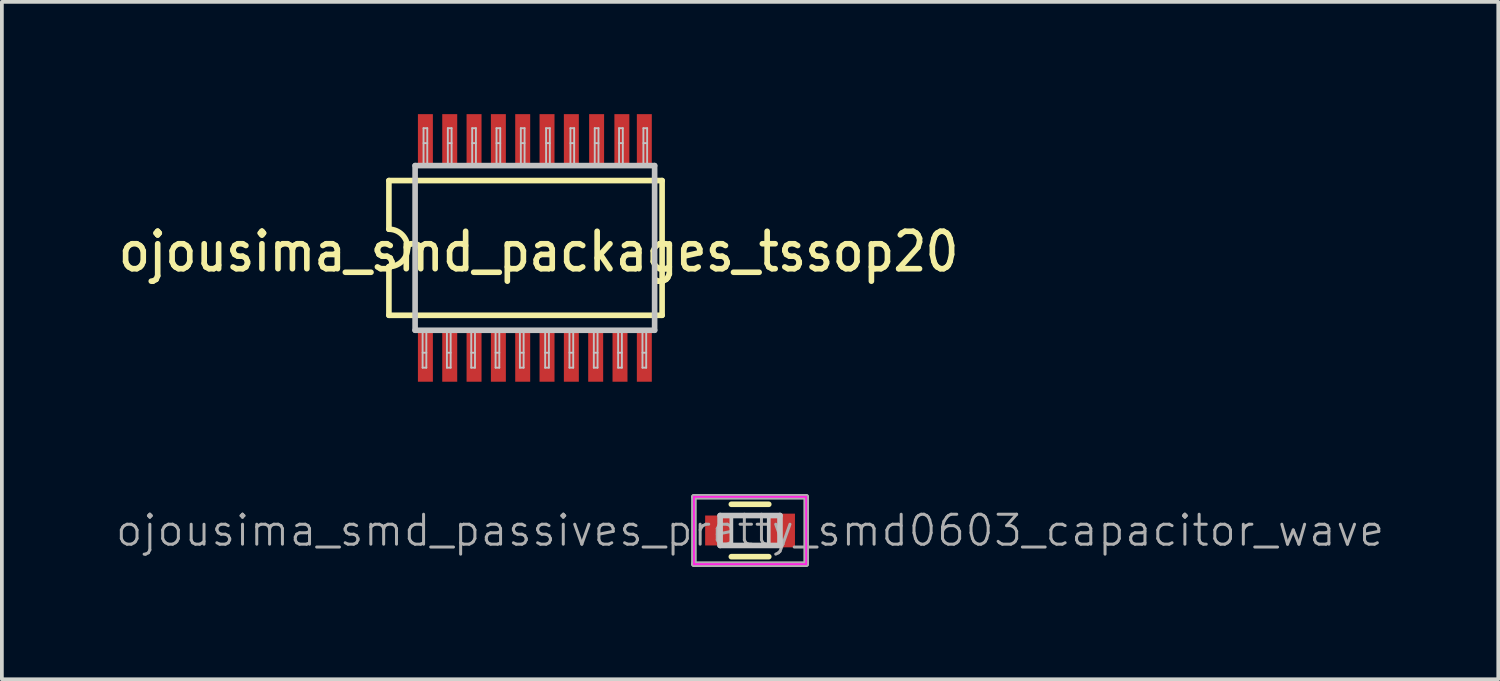
<source format=kicad_pcb>
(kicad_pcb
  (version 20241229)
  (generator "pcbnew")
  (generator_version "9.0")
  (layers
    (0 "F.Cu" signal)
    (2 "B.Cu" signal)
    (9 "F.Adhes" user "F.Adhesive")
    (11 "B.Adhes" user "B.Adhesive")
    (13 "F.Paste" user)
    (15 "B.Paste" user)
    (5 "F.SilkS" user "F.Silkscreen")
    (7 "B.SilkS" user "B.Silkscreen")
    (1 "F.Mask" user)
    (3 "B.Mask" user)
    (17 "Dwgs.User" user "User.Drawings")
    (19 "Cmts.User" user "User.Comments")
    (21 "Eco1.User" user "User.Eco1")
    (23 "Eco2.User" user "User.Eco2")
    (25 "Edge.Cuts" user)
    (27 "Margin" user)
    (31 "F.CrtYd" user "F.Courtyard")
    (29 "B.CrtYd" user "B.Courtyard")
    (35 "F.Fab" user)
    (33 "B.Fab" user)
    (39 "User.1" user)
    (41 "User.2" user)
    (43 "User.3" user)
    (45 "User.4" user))
  (footprint "ojousima_smd_packages_tssop20"
    (layer "F.Cu")
    (at 11.242 3.575)
    (property "Reference" "ojousima_smd_packages_tssop20" (at 0.1 0.1 0) (layer "F.SilkS") (effects (font (size 1 0.9) (thickness 0.15))))
    (attr through_hole)
    (fp_line (start -3.9 -1.8) (end -3.9 -0.5) (stroke (width 0.15) (type solid)) (layer "F.SilkS"))
    (fp_line (start -3.9 0.5) (end -3.9 1.8) (stroke (width 0.15) (type solid)) (layer "F.SilkS"))
    (fp_line (start -3.9 1.8) (end 3.4 1.8) (stroke (width 0.15) (type solid)) (layer "F.SilkS"))
    (fp_line (start 3.4 -1.8) (end -3.9 -1.8) (stroke (width 0.15) (type solid)) (layer "F.SilkS"))
    (fp_line (start 3.4 1.8) (end 3.4 -1.8) (stroke (width 0.15) (type solid)) (layer "F.SilkS"))
    (fp_arc (start -3.9 -0.5) (mid -3.546447 -0.353553) (end -3.4 0) (stroke (width 0.15) (type solid)) (layer "F.SilkS"))
    (fp_arc (start -3.4 0) (mid -3.546447 0.353553) (end -3.9 0.5) (stroke (width 0.15) (type solid)) (layer "F.SilkS"))
    (fp_line (start -3.2 -2.2) (end 3.2 -2.2) (stroke (width 0.15) (type solid)) (layer "Dwgs.User"))
    (fp_line (start -3.2 2.2) (end -3.2 -2.2) (stroke (width 0.15) (type solid)) (layer "Dwgs.User"))
    (fp_line (start -3 2.2) (end -3 3.2) (stroke (width 0.05) (type solid)) (layer "Dwgs.User"))
    (fp_line (start -3 3.2) (end -2.9 3.2) (stroke (width 0.05) (type solid)) (layer "Dwgs.User"))
    (fp_line (start -2.975 -3.2) (end -2.975 -2.2) (stroke (width 0.05) (type solid)) (layer "Dwgs.User"))
    (fp_line (start -2.975 -2.8) (end -2.875 -2.8) (stroke (width 0.05) (type solid)) (layer "Dwgs.User"))
    (fp_line (start -2.9 2.8) (end -3 2.8) (stroke (width 0.05) (type solid)) (layer "Dwgs.User"))
    (fp_line (start -2.9 3.2) (end -2.9 2.2) (stroke (width 0.05) (type solid)) (layer "Dwgs.User"))
    (fp_line (start -2.875 -3.2) (end -2.975 -3.2) (stroke (width 0.05) (type solid)) (layer "Dwgs.User"))
    (fp_line (start -2.875 -2.2) (end -2.875 -3.2) (stroke (width 0.05) (type solid)) (layer "Dwgs.User"))
    (fp_line (start -2.35 2.2) (end -2.35 3.2) (stroke (width 0.05) (type solid)) (layer "Dwgs.User"))
    (fp_line (start -2.35 3.2) (end -2.25 3.2) (stroke (width 0.05) (type solid)) (layer "Dwgs.User"))
    (fp_line (start -2.325 -3.2) (end -2.325 -2.2) (stroke (width 0.05) (type solid)) (layer "Dwgs.User"))
    (fp_line (start -2.325 -2.8) (end -2.225 -2.8) (stroke (width 0.05) (type solid)) (layer "Dwgs.User"))
    (fp_line (start -2.25 2.8) (end -2.35 2.8) (stroke (width 0.05) (type solid)) (layer "Dwgs.User"))
    (fp_line (start -2.25 3.2) (end -2.25 2.2) (stroke (width 0.05) (type solid)) (layer "Dwgs.User"))
    (fp_line (start -2.225 -3.2) (end -2.325 -3.2) (stroke (width 0.05) (type solid)) (layer "Dwgs.User"))
    (fp_line (start -2.225 -2.2) (end -2.225 -3.2) (stroke (width 0.05) (type solid)) (layer "Dwgs.User"))
    (fp_line (start -1.7 2.2) (end -1.7 3.2) (stroke (width 0.05) (type solid)) (layer "Dwgs.User"))
    (fp_line (start -1.7 3.2) (end -1.6 3.2) (stroke (width 0.05) (type solid)) (layer "Dwgs.User"))
    (fp_line (start -1.675 -3.2) (end -1.675 -2.2) (stroke (width 0.05) (type solid)) (layer "Dwgs.User"))
    (fp_line (start -1.675 -2.8) (end -1.575 -2.8) (stroke (width 0.05) (type solid)) (layer "Dwgs.User"))
    (fp_line (start -1.6 2.8) (end -1.7 2.8) (stroke (width 0.05) (type solid)) (layer "Dwgs.User"))
    (fp_line (start -1.6 3.2) (end -1.6 2.2) (stroke (width 0.05) (type solid)) (layer "Dwgs.User"))
    (fp_line (start -1.575 -3.2) (end -1.675 -3.2) (stroke (width 0.05) (type solid)) (layer "Dwgs.User"))
    (fp_line (start -1.575 -2.2) (end -1.575 -3.2) (stroke (width 0.05) (type solid)) (layer "Dwgs.User"))
    (fp_line (start -1.05 2.2) (end -1.05 3.2) (stroke (width 0.05) (type solid)) (layer "Dwgs.User"))
    (fp_line (start -1.05 3.2) (end -0.95 3.2) (stroke (width 0.05) (type solid)) (layer "Dwgs.User"))
    (fp_line (start -1.025 -3.2) (end -1.025 -2.2) (stroke (width 0.05) (type solid)) (layer "Dwgs.User"))
    (fp_line (start -1.025 -2.8) (end -0.925 -2.8) (stroke (width 0.05) (type solid)) (layer "Dwgs.User"))
    (fp_line (start -0.95 2.8) (end -1.05 2.8) (stroke (width 0.05) (type solid)) (layer "Dwgs.User"))
    (fp_line (start -0.95 3.2) (end -0.95 2.2) (stroke (width 0.05) (type solid)) (layer "Dwgs.User"))
    (fp_line (start -0.925 -3.2) (end -1.025 -3.2) (stroke (width 0.05) (type solid)) (layer "Dwgs.User"))
    (fp_line (start -0.925 -2.2) (end -0.925 -3.2) (stroke (width 0.05) (type solid)) (layer "Dwgs.User"))
    (fp_line (start -0.4 2.2) (end -0.4 3.2) (stroke (width 0.05) (type solid)) (layer "Dwgs.User"))
    (fp_line (start -0.4 3.2) (end -0.3 3.2) (stroke (width 0.05) (type solid)) (layer "Dwgs.User"))
    (fp_line (start -0.375 -3.2) (end -0.375 -2.2) (stroke (width 0.05) (type solid)) (layer "Dwgs.User"))
    (fp_line (start -0.375 -2.8) (end -0.275 -2.8) (stroke (width 0.05) (type solid)) (layer "Dwgs.User"))
    (fp_line (start -0.3 2.8) (end -0.4 2.8) (stroke (width 0.05) (type solid)) (layer "Dwgs.User"))
    (fp_line (start -0.3 3.2) (end -0.3 2.2) (stroke (width 0.05) (type solid)) (layer "Dwgs.User"))
    (fp_line (start -0.275 -3.2) (end -0.375 -3.2) (stroke (width 0.05) (type solid)) (layer "Dwgs.User"))
    (fp_line (start -0.275 -2.2) (end -0.275 -3.2) (stroke (width 0.05) (type solid)) (layer "Dwgs.User"))
    (fp_line (start 0.275 2.2) (end 0.275 3.2) (stroke (width 0.05) (type solid)) (layer "Dwgs.User"))
    (fp_line (start 0.275 3.2) (end 0.375 3.2) (stroke (width 0.05) (type solid)) (layer "Dwgs.User"))
    (fp_line (start 0.3 -3.2) (end 0.3 -2.2) (stroke (width 0.05) (type solid)) (layer "Dwgs.User"))
    (fp_line (start 0.3 -2.8) (end 0.4 -2.8) (stroke (width 0.05) (type solid)) (layer "Dwgs.User"))
    (fp_line (start 0.375 2.8) (end 0.275 2.8) (stroke (width 0.05) (type solid)) (layer "Dwgs.User"))
    (fp_line (start 0.375 3.2) (end 0.375 2.2) (stroke (width 0.05) (type solid)) (layer "Dwgs.User"))
    (fp_line (start 0.4 -3.2) (end 0.3 -3.2) (stroke (width 0.05) (type solid)) (layer "Dwgs.User"))
    (fp_line (start 0.4 -2.2) (end 0.4 -3.2) (stroke (width 0.05) (type solid)) (layer "Dwgs.User"))
    (fp_line (start 0.925 2.2) (end 0.925 3.2) (stroke (width 0.05) (type solid)) (layer "Dwgs.User"))
    (fp_line (start 0.925 3.2) (end 1.025 3.2) (stroke (width 0.05) (type solid)) (layer "Dwgs.User"))
    (fp_line (start 0.95 -3.2) (end 0.95 -2.2) (stroke (width 0.05) (type solid)) (layer "Dwgs.User"))
    (fp_line (start 0.95 -2.8) (end 1.05 -2.8) (stroke (width 0.05) (type solid)) (layer "Dwgs.User"))
    (fp_line (start 1.025 2.8) (end 0.925 2.8) (stroke (width 0.05) (type solid)) (layer "Dwgs.User"))
    (fp_line (start 1.025 3.2) (end 1.025 2.2) (stroke (width 0.05) (type solid)) (layer "Dwgs.User"))
    (fp_line (start 1.05 -3.2) (end 0.95 -3.2) (stroke (width 0.05) (type solid)) (layer "Dwgs.User"))
    (fp_line (start 1.05 -2.2) (end 1.05 -3.2) (stroke (width 0.05) (type solid)) (layer "Dwgs.User"))
    (fp_line (start 1.575 2.2) (end 1.575 3.2) (stroke (width 0.05) (type solid)) (layer "Dwgs.User"))
    (fp_line (start 1.575 3.2) (end 1.675 3.2) (stroke (width 0.05) (type solid)) (layer "Dwgs.User"))
    (fp_line (start 1.6 -3.2) (end 1.6 -2.2) (stroke (width 0.05) (type solid)) (layer "Dwgs.User"))
    (fp_line (start 1.6 -2.8) (end 1.7 -2.8) (stroke (width 0.05) (type solid)) (layer "Dwgs.User"))
    (fp_line (start 1.675 2.8) (end 1.575 2.8) (stroke (width 0.05) (type solid)) (layer "Dwgs.User"))
    (fp_line (start 1.675 3.2) (end 1.675 2.2) (stroke (width 0.05) (type solid)) (layer "Dwgs.User"))
    (fp_line (start 1.7 -3.2) (end 1.6 -3.2) (stroke (width 0.05) (type solid)) (layer "Dwgs.User"))
    (fp_line (start 1.7 -2.2) (end 1.7 -3.2) (stroke (width 0.05) (type solid)) (layer "Dwgs.User"))
    (fp_line (start 2.225 2.2) (end 2.225 3.2) (stroke (width 0.05) (type solid)) (layer "Dwgs.User"))
    (fp_line (start 2.225 3.2) (end 2.325 3.2) (stroke (width 0.05) (type solid)) (layer "Dwgs.User"))
    (fp_line (start 2.25 -3.2) (end 2.25 -2.2) (stroke (width 0.05) (type solid)) (layer "Dwgs.User"))
    (fp_line (start 2.25 -2.8) (end 2.35 -2.8) (stroke (width 0.05) (type solid)) (layer "Dwgs.User"))
    (fp_line (start 2.325 2.8) (end 2.225 2.8) (stroke (width 0.05) (type solid)) (layer "Dwgs.User"))
    (fp_line (start 2.325 3.2) (end 2.325 2.2) (stroke (width 0.05) (type solid)) (layer "Dwgs.User"))
    (fp_line (start 2.35 -3.2) (end 2.25 -3.2) (stroke (width 0.05) (type solid)) (layer "Dwgs.User"))
    (fp_line (start 2.35 -2.2) (end 2.35 -3.2) (stroke (width 0.05) (type solid)) (layer "Dwgs.User"))
    (fp_line (start 2.875 2.2) (end 2.875 3.2) (stroke (width 0.05) (type solid)) (layer "Dwgs.User"))
    (fp_line (start 2.875 3.2) (end 2.975 3.2) (stroke (width 0.05) (type solid)) (layer "Dwgs.User"))
    (fp_line (start 2.9 -3.2) (end 2.9 -2.2) (stroke (width 0.05) (type solid)) (layer "Dwgs.User"))
    (fp_line (start 2.9 -2.8) (end 3 -2.8) (stroke (width 0.05) (type solid)) (layer "Dwgs.User"))
    (fp_line (start 2.975 2.8) (end 2.875 2.8) (stroke (width 0.05) (type solid)) (layer "Dwgs.User"))
    (fp_line (start 2.975 3.2) (end 2.975 2.2) (stroke (width 0.05) (type solid)) (layer "Dwgs.User"))
    (fp_line (start 3 -3.2) (end 2.9 -3.2) (stroke (width 0.05) (type solid)) (layer "Dwgs.User"))
    (fp_line (start 3 -2.2) (end 3 -3.2) (stroke (width 0.05) (type solid)) (layer "Dwgs.User"))
    (fp_line (start 3.2 -2.2) (end 3.2 2.2) (stroke (width 0.15) (type solid)) (layer "Dwgs.User"))
    (fp_line (start 3.2 2.2) (end -3.2 2.2) (stroke (width 0.15) (type solid)) (layer "Dwgs.User"))
    (pad "1" smd rect (at -2.925 2.9) (size 0.4 1.35) (layers "F.Cu" "F.Mask" "F.Paste"))
    (pad "2" smd rect (at -2.275 2.9) (size 0.4 1.35) (layers "F.Cu" "F.Mask" "F.Paste"))
    (pad "3" smd rect (at -1.625 2.9) (size 0.4 1.35) (layers "F.Cu" "F.Mask" "F.Paste"))
    (pad "4" smd rect (at -0.975 2.9) (size 0.4 1.35) (layers "F.Cu" "F.Mask" "F.Paste"))
    (pad "5" smd rect (at -0.325 2.9) (size 0.4 1.35) (layers "F.Cu" "F.Mask" "F.Paste"))
    (pad "6" smd rect (at 0.325 2.9) (size 0.4 1.35) (layers "F.Cu" "F.Mask" "F.Paste"))
    (pad "7" smd rect (at 0.975 2.9) (size 0.4 1.35) (layers "F.Cu" "F.Mask" "F.Paste"))
    (pad "8" smd rect (at 1.625 2.9) (size 0.4 1.35) (layers "F.Cu" "F.Mask" "F.Paste"))
    (pad "9" smd rect (at 2.275 2.9) (size 0.4 1.35) (layers "F.Cu" "F.Mask" "F.Paste"))
    (pad "10" smd rect (at 2.925 2.9) (size 0.4 1.35) (layers "F.Cu" "F.Mask" "F.Paste"))
    (pad "11" smd rect (at 2.925 -2.9) (size 0.4 1.35) (layers "F.Cu" "F.Mask" "F.Paste"))
    (pad "12" smd rect (at 2.325 -2.9) (size 0.4 1.35) (layers "F.Cu" "F.Mask" "F.Paste"))
    (pad "13" smd rect (at 1.65 -2.9) (size 0.4 1.35) (layers "F.Cu" "F.Mask" "F.Paste"))
    (pad "14" smd rect (at 0.975 -2.9) (size 0.4 1.35) (layers "F.Cu" "F.Mask" "F.Paste"))
    (pad "15" smd rect (at 0.325 -2.9) (size 0.4 1.35) (layers "F.Cu" "F.Mask" "F.Paste"))
    (pad "16" smd rect (at -0.325 -2.9) (size 0.4 1.35) (layers "F.Cu" "F.Mask" "F.Paste"))
    (pad "17" smd rect (at -0.975 -2.9) (size 0.4 1.35) (layers "F.Cu" "F.Mask" "F.Paste"))
    (pad "18" smd rect (at -1.625 -2.9) (size 0.4 1.35) (layers "F.Cu" "F.Mask" "F.Paste"))
    (pad "19" smd rect (at -2.275 -2.9) (size 0.4 1.35) (layers "F.Cu" "F.Mask" "F.Paste"))
    (pad "20" smd rect (at -2.925 -2.9) (size 0.4 1.35) (layers "F.Cu" "F.Mask" "F.Paste")))
  (footprint "ojousima_smd_passives_pretty_smd0603_capacitor_wave"
    (layer "F.Cu")
    (at 16.992 11.125)
    (property "Reference" "ojousima_smd_passives_pretty_smd0603_capacitor_wave" (at 0 0 0) (layer "F.Fab") (effects (font (size 0.8 0.8) (thickness 0.08))))
    (attr through_hole)
    (fp_line (start -0.5 0.7) (end 0.5 0.7) (stroke (width 0.15) (type solid)) (layer "F.SilkS"))
    (fp_line (start 0.5 -0.7) (end -0.5 -0.7) (stroke (width 0.15) (type solid)) (layer "F.SilkS"))
    (fp_line (start -0.8 -0.4) (end -0.8 0.4) (stroke (width 0.15) (type solid)) (layer "Dwgs.User"))
    (fp_line (start -0.8 0.4) (end 0.8 0.4) (stroke (width 0.15) (type solid)) (layer "Dwgs.User"))
    (fp_line (start -0.5 -0.4) (end -0.5 0.4) (stroke (width 0.1) (type solid)) (layer "Dwgs.User"))
    (fp_line (start 0.5 -0.4) (end 0.5 0.4) (stroke (width 0.1) (type solid)) (layer "Dwgs.User"))
    (fp_line (start 0.8 -0.4) (end -0.8 -0.4) (stroke (width 0.15) (type solid)) (layer "Dwgs.User"))
    (fp_line (start 0.8 0.4) (end 0.8 -0.4) (stroke (width 0.15) (type solid)) (layer "Dwgs.User"))
    (fp_line (start -1.5 -0.9) (end -1.5 0.9) (stroke (width 0.05) (type solid)) (layer "F.CrtYd"))
    (fp_line (start -1.5 0.9) (end 1.5 0.9) (stroke (width 0.05) (type solid)) (layer "F.CrtYd"))
    (fp_line (start 1.5 -0.9) (end -1.5 -0.9) (stroke (width 0.05) (type solid)) (layer "F.CrtYd"))
    (fp_line (start 1.5 0.9) (end 1.5 -0.9) (stroke (width 0.05) (type solid)) (layer "F.CrtYd"))
    (fp_line (start -1.5 -0.9) (end -1.5 0.9) (stroke (width 0.15) (type solid)) (layer "F.Fab"))
    (fp_line (start -1.5 0.9) (end 1.5 0.9) (stroke (width 0.15) (type solid)) (layer "F.Fab"))
    (fp_line (start 1.5 -0.9) (end -1.5 -0.9) (stroke (width 0.15) (type solid)) (layer "F.Fab"))
    (fp_line (start 1.5 0.9) (end 1.5 -0.9) (stroke (width 0.15) (type solid)) (layer "F.Fab"))
    (pad "1" smd rect (at -0.85 0) (size 0.7 0.8) (layers "F.Cu" "F.Mask" "F.Paste"))
    (pad "2" smd rect (at 0.85 0) (size 0.7 0.9) (layers "F.Cu" "F.Mask" "F.Paste")))
  (gr_rect
    (start -3 -3)
    (end 36.985 15.1)
    (stroke (width 0.1) (type default))
    (fill no)
    (layer "Edge.Cuts")))
</source>
